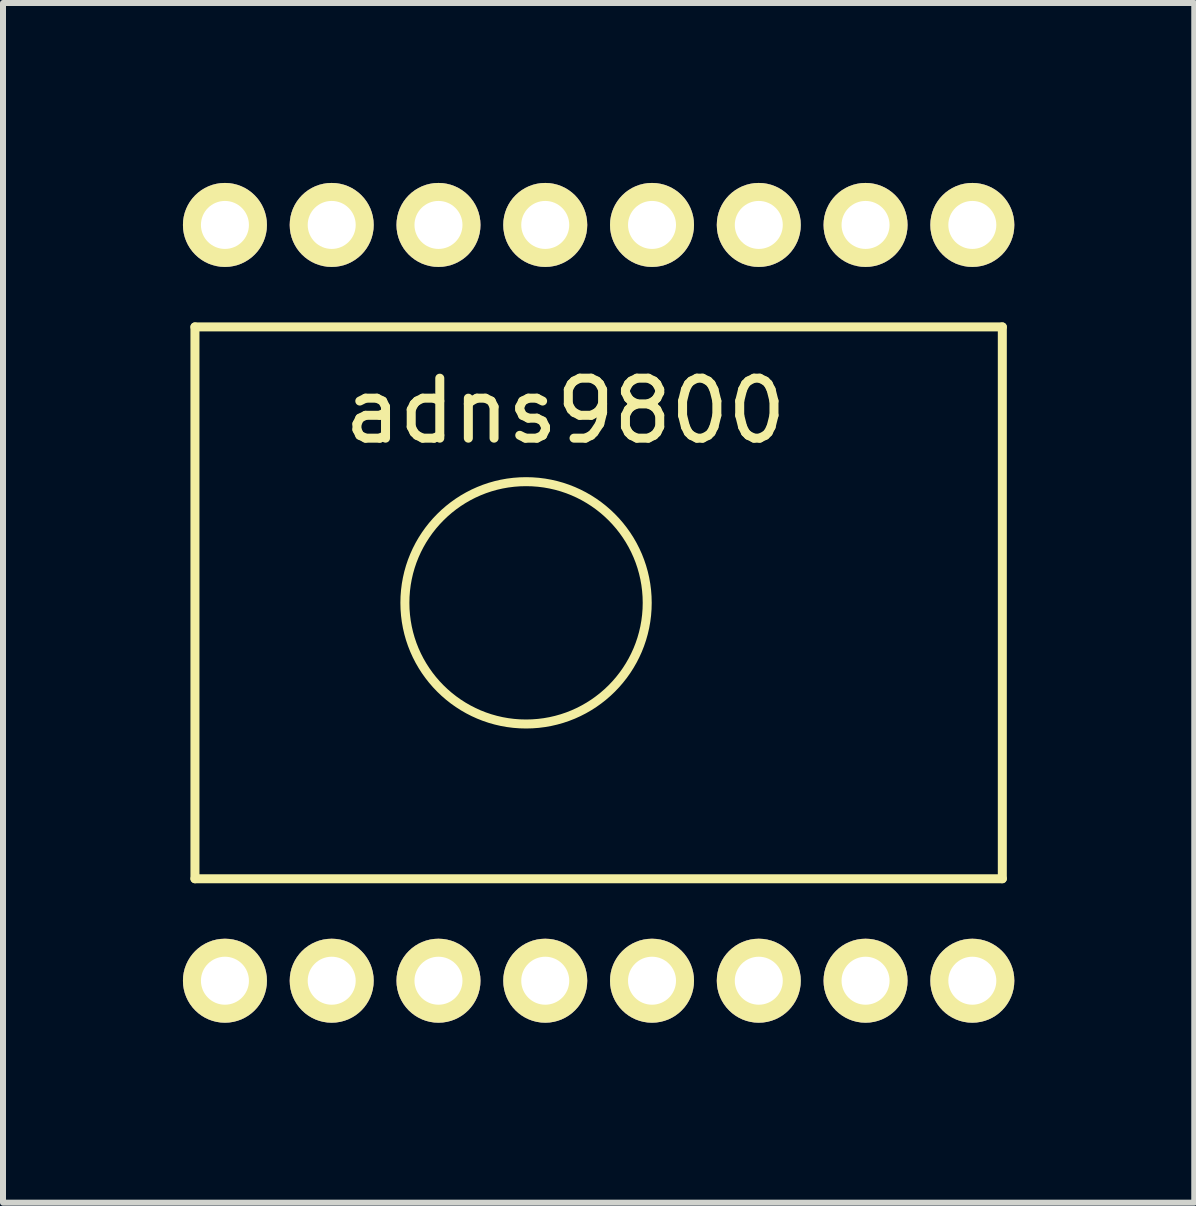
<source format=kicad_pcb>
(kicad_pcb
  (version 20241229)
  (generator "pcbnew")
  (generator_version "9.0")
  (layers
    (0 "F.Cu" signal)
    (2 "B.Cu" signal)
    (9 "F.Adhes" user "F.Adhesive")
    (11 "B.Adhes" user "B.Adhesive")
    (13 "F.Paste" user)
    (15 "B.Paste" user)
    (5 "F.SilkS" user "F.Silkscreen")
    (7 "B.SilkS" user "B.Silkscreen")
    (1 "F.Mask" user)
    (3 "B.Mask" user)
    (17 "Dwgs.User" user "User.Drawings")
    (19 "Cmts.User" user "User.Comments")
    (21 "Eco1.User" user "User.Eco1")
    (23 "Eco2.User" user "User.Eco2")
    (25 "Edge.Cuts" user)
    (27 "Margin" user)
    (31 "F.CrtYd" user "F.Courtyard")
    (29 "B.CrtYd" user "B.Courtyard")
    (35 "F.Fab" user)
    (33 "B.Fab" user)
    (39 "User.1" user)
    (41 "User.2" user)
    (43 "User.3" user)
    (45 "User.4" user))
  (footprint "adns9800"
    (layer "F.Cu")
    (at 0.7 13.3)
    (property "Reference" "adns9800" (at 5.677 -9.5 0) (layer "F.SilkS") (effects (font (size 1 1) (thickness 0.15))))
    (attr through_hole)
    (fp_line (start -0.5 -10.9) (end -0.5 -1.7) (stroke (width 0.15) (type solid)) (layer "F.SilkS"))
    (fp_line (start 12.96 -10.9) (end -0.5 -10.9) (stroke (width 0.15) (type solid)) (layer "F.SilkS"))
    (fp_line (start 12.96 -10.9) (end 12.96 -1.7) (stroke (width 0.15) (type solid)) (layer "F.SilkS"))
    (fp_line (start 12.96 -1.7) (end -0.5 -1.7) (stroke (width 0.15) (type solid)) (layer "F.SilkS"))
    (fp_circle (center 5.02 -6.3) (end 3 -6.3) (stroke (width 0.15) (type solid)) (fill no) (layer "F.SilkS"))
    (pad "1" thru_hole circle (at 0 0) (size 1.4 1.4) (drill 0.8) (layers "*.Cu" "*.Mask" "F.SilkS"))
    (pad "2" thru_hole circle (at 1.78 0) (size 1.4 1.4) (drill 0.8) (layers "*.Cu" "*.Mask" "F.SilkS"))
    (pad "3" thru_hole circle (at 3.56 0) (size 1.4 1.4) (drill 0.8) (layers "*.Cu" "*.Mask" "F.SilkS"))
    (pad "4" thru_hole circle (at 5.34 0) (size 1.4 1.4) (drill 0.8) (layers "*.Cu" "*.Mask" "F.SilkS"))
    (pad "5" thru_hole circle (at 7.12 0) (size 1.4 1.4) (drill 0.8) (layers "*.Cu" "*.Mask" "F.SilkS"))
    (pad "6" thru_hole circle (at 8.9 0) (size 1.4 1.4) (drill 0.8) (layers "*.Cu" "*.Mask" "F.SilkS"))
    (pad "7" thru_hole circle (at 10.68 0) (size 1.4 1.4) (drill 0.8) (layers "*.Cu" "*.Mask" "F.SilkS"))
    (pad "8" thru_hole circle (at 12.46 0) (size 1.4 1.4) (drill 0.8) (layers "*.Cu" "*.Mask" "F.SilkS"))
    (pad "9" thru_hole circle (at 12.46 -12.6) (size 1.4 1.4) (drill 0.8) (layers "*.Cu" "*.Mask" "F.SilkS"))
    (pad "10" thru_hole circle (at 10.68 -12.6) (size 1.4 1.4) (drill 0.8) (layers "*.Cu" "*.Mask" "F.SilkS"))
    (pad "11" thru_hole circle (at 8.9 -12.6) (size 1.4 1.4) (drill 0.8) (layers "*.Cu" "*.Mask" "F.SilkS"))
    (pad "12" thru_hole circle (at 7.12 -12.6) (size 1.4 1.4) (drill 0.8) (layers "*.Cu" "*.Mask" "F.SilkS"))
    (pad "13" thru_hole circle (at 5.34 -12.6) (size 1.4 1.4) (drill 0.8) (layers "*.Cu" "*.Mask" "F.SilkS"))
    (pad "14" thru_hole circle (at 3.56 -12.6) (size 1.4 1.4) (drill 0.8) (layers "*.Cu" "*.Mask" "F.SilkS"))
    (pad "15" thru_hole circle (at 1.78 -12.6) (size 1.4 1.4) (drill 0.8) (layers "*.Cu" "*.Mask" "F.SilkS"))
    (pad "16" thru_hole circle (at 0 -12.6) (size 1.4 1.4) (drill 0.8) (layers "*.Cu" "*.Mask" "F.SilkS")))
  (gr_rect
    (start -3 -3)
    (end 16.86 17)
    (stroke (width 0.1) (type default))
    (fill no)
    (layer "Edge.Cuts")))
</source>
